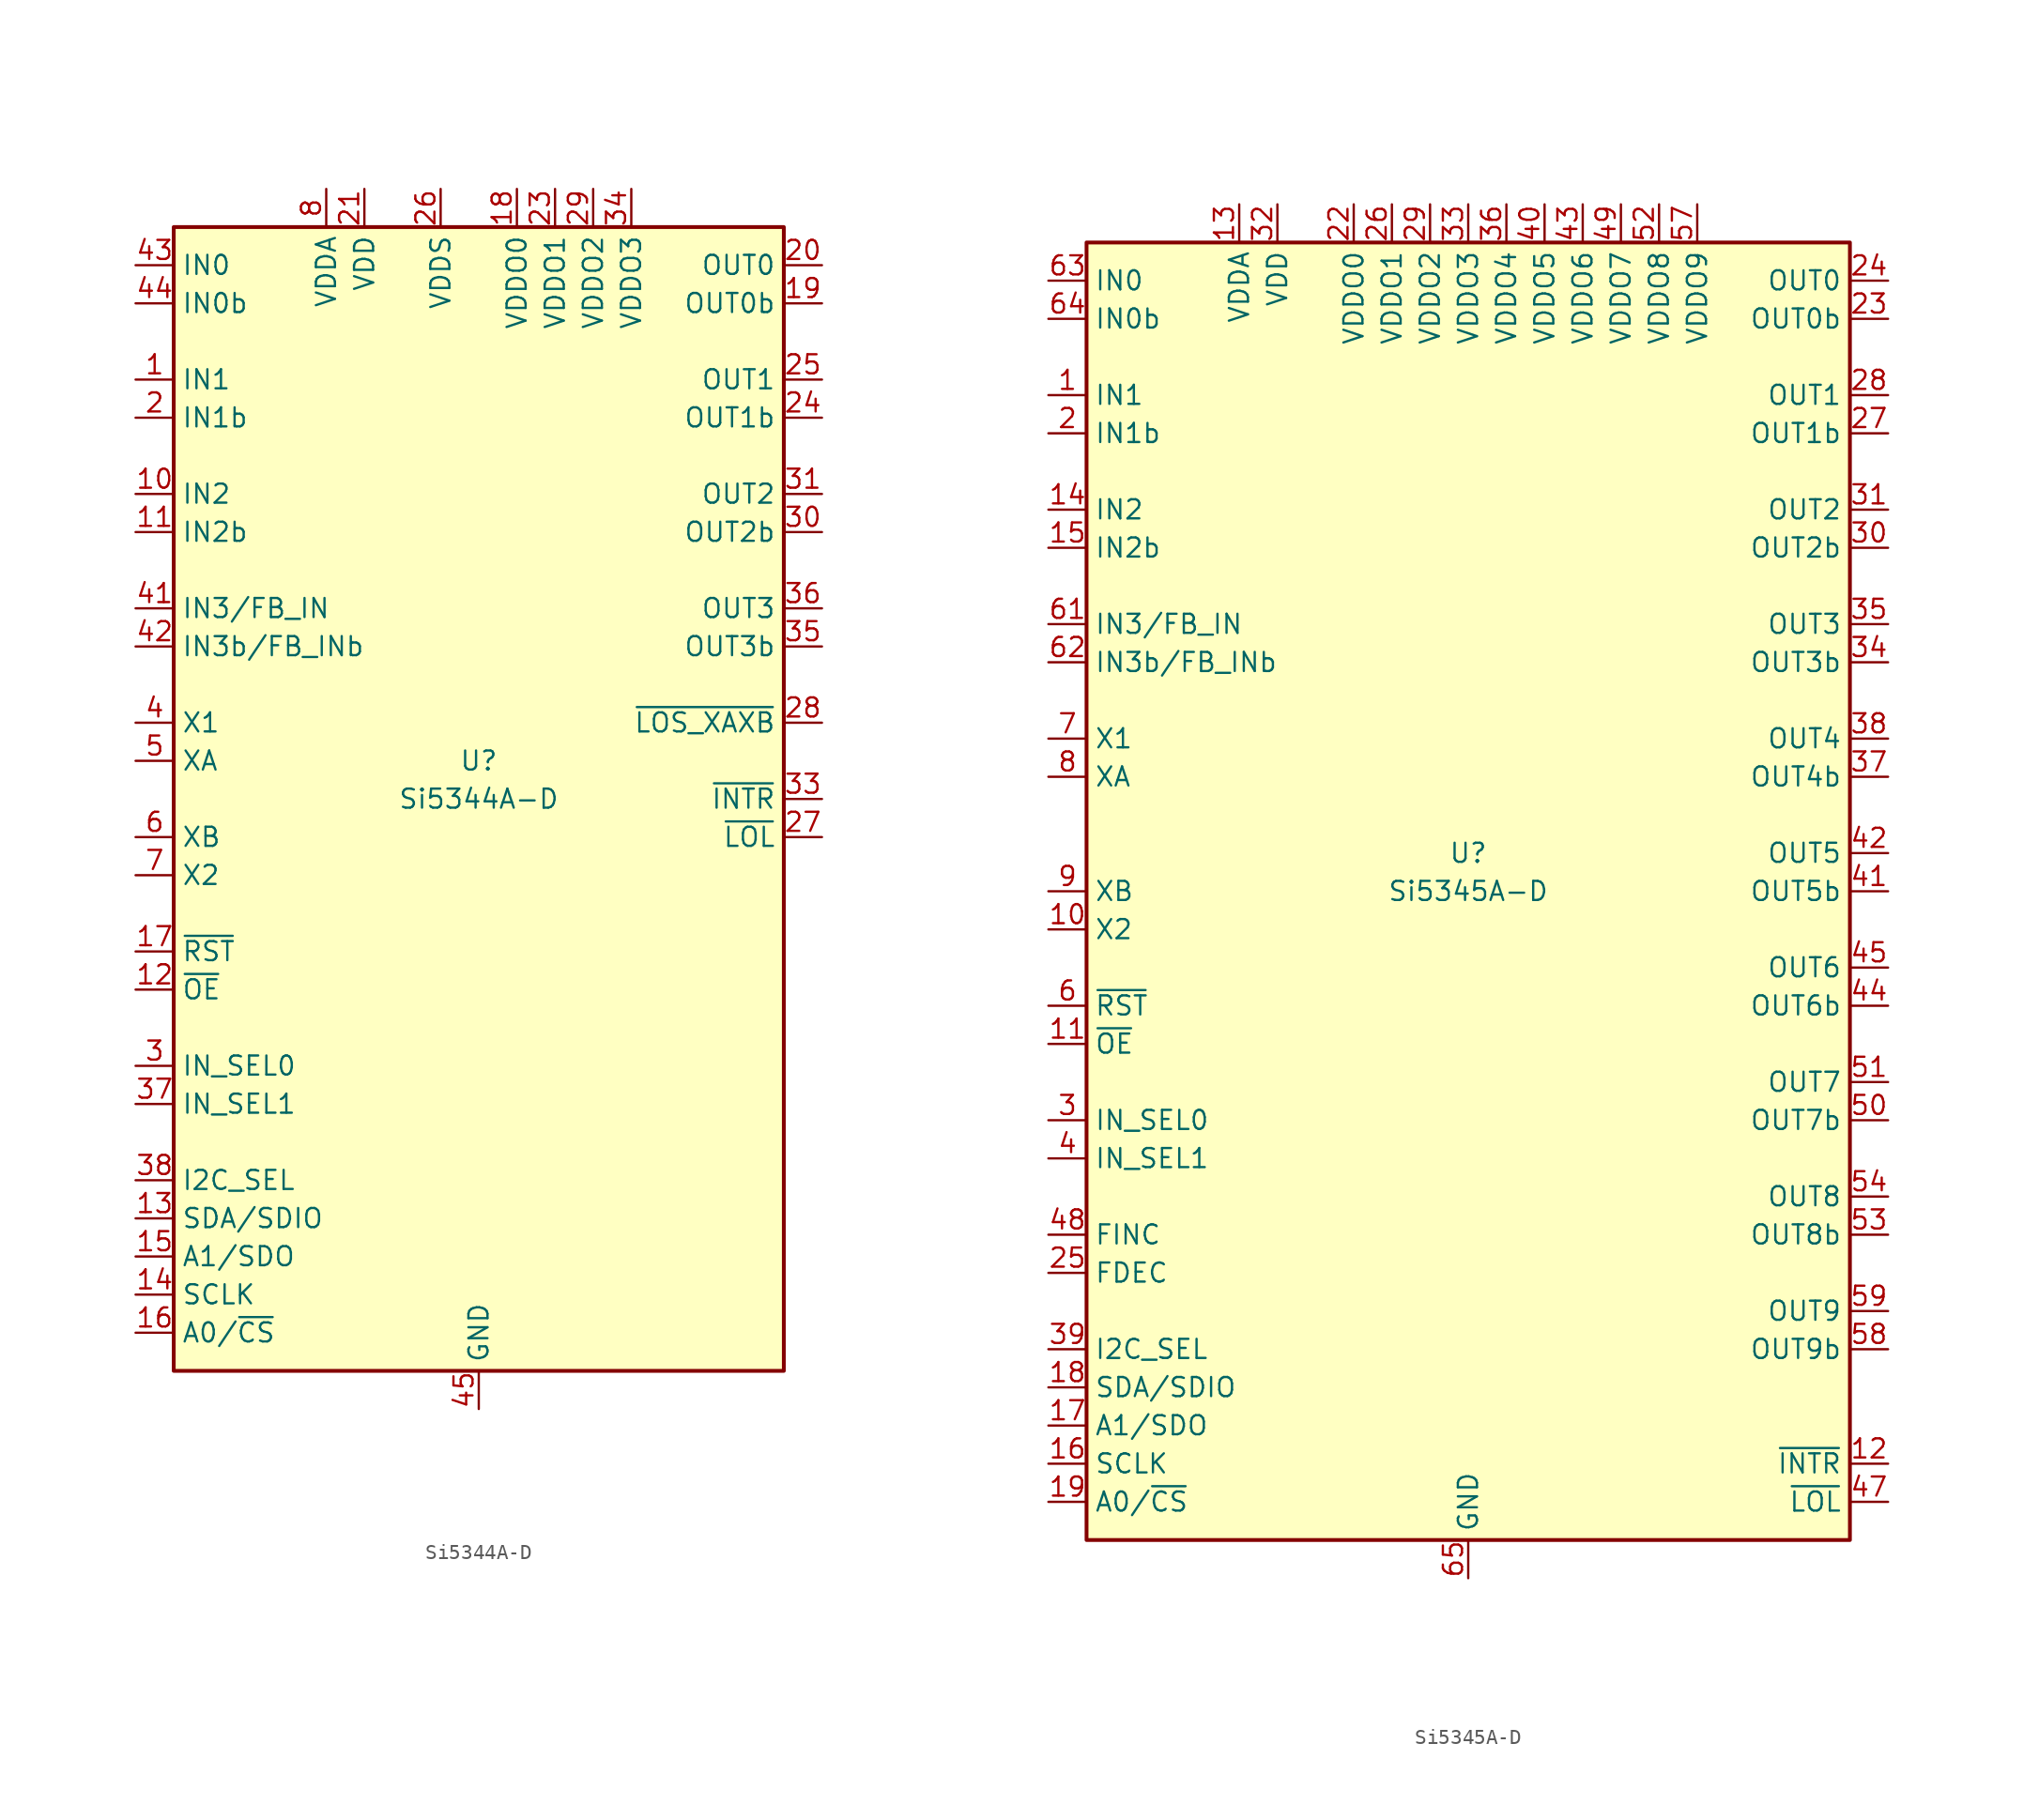
<source format=kicad_sym>
(kicad_symbol_lib
  (version 20231120)
  (generator "kicad_symbol_editor")
  (generator_version "8.0")
  (symbol "Si5344A-D"
    (property "Reference" "U"
      (at 0 2.54 0)
      (effects (font (size 1.27 1.27))))
    (property "Value" "Si5344A-D"
      (at 0 0 0)
      (effects (font (size 1.27 1.27))))
    (symbol "Si5344A-D_0_1"
      (rectangle (start -20.32 38.1) (end 20.32 -38.1) (stroke (width 0.254) (type default)) (fill (type background))))
    (symbol "Si5344A-D_1_1"
      (pin input line (at -22.86 27.94 0) (length 2.54) (name "IN1" (effects (font (size 1.27 1.27)))) (number "1" (effects (font (size 1.27 1.27)))))
      (pin input line (at -22.86 20.32 0) (length 2.54) (name "IN2" (effects (font (size 1.27 1.27)))) (number "10" (effects (font (size 1.27 1.27)))))
      (pin input line (at -22.86 17.78 0) (length 2.54) (name "IN2b" (effects (font (size 1.27 1.27)))) (number "11" (effects (font (size 1.27 1.27)))))
      (pin input line (at -22.86 -12.7 0) (length 2.54) (name "~{OE}" (effects (font (size 1.27 1.27)))) (number "12" (effects (font (size 1.27 1.27)))))
      (pin bidirectional line (at -22.86 -27.94 0) (length 2.54) (name "SDA/SDIO" (effects (font (size 1.27 1.27)))) (number "13" (effects (font (size 1.27 1.27)))))
      (pin input line (at -22.86 -33.02 0) (length 2.54) (name "SCLK" (effects (font (size 1.27 1.27)))) (number "14" (effects (font (size 1.27 1.27)))))
      (pin bidirectional line (at -22.86 -30.48 0) (length 2.54) (name "A1/SDO" (effects (font (size 1.27 1.27)))) (number "15" (effects (font (size 1.27 1.27)))))
      (pin input line (at -22.86 -35.56 0) (length 2.54) (name "A0/~{CS}" (effects (font (size 1.27 1.27)))) (number "16" (effects (font (size 1.27 1.27)))))
      (pin input line (at -22.86 -10.16 0) (length 2.54) (name "~{RST}" (effects (font (size 1.27 1.27)))) (number "17" (effects (font (size 1.27 1.27)))))
      (pin power_in line (at 2.54 40.64 270) (length 2.54) (name "VDDO0" (effects (font (size 1.27 1.27)))) (number "18" (effects (font (size 1.27 1.27)))))
      (pin output line (at 22.86 33.02 180) (length 2.54) (name "OUT0b" (effects (font (size 1.27 1.27)))) (number "19" (effects (font (size 1.27 1.27)))))
      (pin input line (at -22.86 25.4 0) (length 2.54) (name "IN1b" (effects (font (size 1.27 1.27)))) (number "2" (effects (font (size 1.27 1.27)))))
      (pin output line (at 22.86 35.56 180) (length 2.54) (name "OUT0" (effects (font (size 1.27 1.27)))) (number "20" (effects (font (size 1.27 1.27)))))
      (pin power_in line (at -7.62 40.64 270) (length 2.54) (name "VDD" (effects (font (size 1.27 1.27)))) (number "21" (effects (font (size 1.27 1.27)))))
      (pin no_connect line (at 20.32 -35.56 180) (length 2.54) hide (name "NC" (effects (font (size 1.27 1.27)))) (number "22" (effects (font (size 1.27 1.27)))))
      (pin power_in line (at 5.08 40.64 270) (length 2.54) (name "VDDO1" (effects (font (size 1.27 1.27)))) (number "23" (effects (font (size 1.27 1.27)))))
      (pin output line (at 22.86 25.4 180) (length 2.54) (name "OUT1b" (effects (font (size 1.27 1.27)))) (number "24" (effects (font (size 1.27 1.27)))))
      (pin output line (at 22.86 27.94 180) (length 2.54) (name "OUT1" (effects (font (size 1.27 1.27)))) (number "25" (effects (font (size 1.27 1.27)))))
      (pin power_in line (at -2.54 40.64 270) (length 2.54) (name "VDDS" (effects (font (size 1.27 1.27)))) (number "26" (effects (font (size 1.27 1.27)))))
      (pin output line (at 22.86 -2.54 180) (length 2.54) (name "~{LOL}" (effects (font (size 1.27 1.27)))) (number "27" (effects (font (size 1.27 1.27)))))
      (pin output line (at 22.86 5.08 180) (length 2.54) (name "~{LOS_XAXB}" (effects (font (size 1.27 1.27)))) (number "28" (effects (font (size 1.27 1.27)))))
      (pin power_in line (at 7.62 40.64 270) (length 2.54) (name "VDDO2" (effects (font (size 1.27 1.27)))) (number "29" (effects (font (size 1.27 1.27)))))
      (pin input line (at -22.86 -17.78 0) (length 2.54) (name "IN_SEL0" (effects (font (size 1.27 1.27)))) (number "3" (effects (font (size 1.27 1.27)))))
      (pin output line (at 22.86 17.78 180) (length 2.54) (name "OUT2b" (effects (font (size 1.27 1.27)))) (number "30" (effects (font (size 1.27 1.27)))))
      (pin output line (at 22.86 20.32 180) (length 2.54) (name "OUT2" (effects (font (size 1.27 1.27)))) (number "31" (effects (font (size 1.27 1.27)))))
      (pin passive line (at -7.62 40.64 270) (length 2.54) hide (name "VDD" (effects (font (size 1.27 1.27)))) (number "32" (effects (font (size 1.27 1.27)))))
      (pin output line (at 22.86 0 180) (length 2.54) (name "~{INTR}" (effects (font (size 1.27 1.27)))) (number "33" (effects (font (size 1.27 1.27)))))
      (pin power_in line (at 10.16 40.64 270) (length 2.54) (name "VDDO3" (effects (font (size 1.27 1.27)))) (number "34" (effects (font (size 1.27 1.27)))))
      (pin output line (at 22.86 10.16 180) (length 2.54) (name "OUT3b" (effects (font (size 1.27 1.27)))) (number "35" (effects (font (size 1.27 1.27)))))
      (pin output line (at 22.86 12.7 180) (length 2.54) (name "OUT3" (effects (font (size 1.27 1.27)))) (number "36" (effects (font (size 1.27 1.27)))))
      (pin input line (at -22.86 -20.32 0) (length 2.54) (name "IN_SEL1" (effects (font (size 1.27 1.27)))) (number "37" (effects (font (size 1.27 1.27)))))
      (pin input line (at -22.86 -25.4 0) (length 2.54) (name "I2C_SEL" (effects (font (size 1.27 1.27)))) (number "38" (effects (font (size 1.27 1.27)))))
      (pin passive line (at -7.62 40.64 270) (length 2.54) hide (name "VDD" (effects (font (size 1.27 1.27)))) (number "39" (effects (font (size 1.27 1.27)))))
      (pin input line (at -22.86 5.08 0) (length 2.54) (name "X1" (effects (font (size 1.27 1.27)))) (number "4" (effects (font (size 1.27 1.27)))))
      (pin passive line (at -7.62 40.64 270) (length 2.54) hide (name "VDD" (effects (font (size 1.27 1.27)))) (number "40" (effects (font (size 1.27 1.27)))))
      (pin input line (at -22.86 12.7 0) (length 2.54) (name "IN3/FB_IN" (effects (font (size 1.27 1.27)))) (number "41" (effects (font (size 1.27 1.27)))))
      (pin input line (at -22.86 10.16 0) (length 2.54) (name "IN3b/FB_INb" (effects (font (size 1.27 1.27)))) (number "42" (effects (font (size 1.27 1.27)))))
      (pin input line (at -22.86 35.56 0) (length 2.54) (name "IN0" (effects (font (size 1.27 1.27)))) (number "43" (effects (font (size 1.27 1.27)))))
      (pin input line (at -22.86 33.02 0) (length 2.54) (name "IN0b" (effects (font (size 1.27 1.27)))) (number "44" (effects (font (size 1.27 1.27)))))
      (pin power_in line (at 0 -40.64 90) (length 2.54) (name "GND" (effects (font (size 1.27 1.27)))) (number "45" (effects (font (size 1.27 1.27)))))
      (pin input line (at -22.86 2.54 0) (length 2.54) (name "XA" (effects (font (size 1.27 1.27)))) (number "5" (effects (font (size 1.27 1.27)))))
      (pin input line (at -22.86 -2.54 0) (length 2.54) (name "XB" (effects (font (size 1.27 1.27)))) (number "6" (effects (font (size 1.27 1.27)))))
      (pin input line (at -22.86 -5.08 0) (length 2.54) (name "X2" (effects (font (size 1.27 1.27)))) (number "7" (effects (font (size 1.27 1.27)))))
      (pin power_in line (at -10.16 40.64 270) (length 2.54) (name "VDDA" (effects (font (size 1.27 1.27)))) (number "8" (effects (font (size 1.27 1.27)))))
      (pin passive line (at -10.16 40.64 270) (length 2.54) hide (name "VDDA" (effects (font (size 1.27 1.27)))) (number "9" (effects (font (size 1.27 1.27)))))))
  (symbol "Si5345A-D"
    (property "Reference" "U"
      (at 0 2.54 0)
      (effects (font (size 1.27 1.27))))
    (property "Value" "Si5345A-D"
      (at 0 0 0)
      (effects (font (size 1.27 1.27))))
    (symbol "Si5345A-D_0_1"
      (rectangle (start -25.4 43.18) (end 25.4 -43.18) (stroke (width 0.254) (type default)) (fill (type background))))
    (symbol "Si5345A-D_1_1"
      (pin input line (at -27.94 33.02 0) (length 2.54) (name "IN1" (effects (font (size 1.27 1.27)))) (number "1" (effects (font (size 1.27 1.27)))))
      (pin input line (at -27.94 -2.54 0) (length 2.54) (name "X2" (effects (font (size 1.27 1.27)))) (number "10" (effects (font (size 1.27 1.27)))))
      (pin input line (at -27.94 -10.16 0) (length 2.54) (name "~{OE}" (effects (font (size 1.27 1.27)))) (number "11" (effects (font (size 1.27 1.27)))))
      (pin output line (at 27.94 -38.1 180) (length 2.54) (name "~{INTR}" (effects (font (size 1.27 1.27)))) (number "12" (effects (font (size 1.27 1.27)))))
      (pin power_in line (at -15.24 45.72 270) (length 2.54) (name "VDDA" (effects (font (size 1.27 1.27)))) (number "13" (effects (font (size 1.27 1.27)))))
      (pin input line (at -27.94 25.4 0) (length 2.54) (name "IN2" (effects (font (size 1.27 1.27)))) (number "14" (effects (font (size 1.27 1.27)))))
      (pin input line (at -27.94 22.86 0) (length 2.54) (name "IN2b" (effects (font (size 1.27 1.27)))) (number "15" (effects (font (size 1.27 1.27)))))
      (pin input line (at -27.94 -38.1 0) (length 2.54) (name "SCLK" (effects (font (size 1.27 1.27)))) (number "16" (effects (font (size 1.27 1.27)))))
      (pin bidirectional line (at -27.94 -35.56 0) (length 2.54) (name "A1/SDO" (effects (font (size 1.27 1.27)))) (number "17" (effects (font (size 1.27 1.27)))))
      (pin bidirectional line (at -27.94 -33.02 0) (length 2.54) (name "SDA/SDIO" (effects (font (size 1.27 1.27)))) (number "18" (effects (font (size 1.27 1.27)))))
      (pin input line (at -27.94 -40.64 0) (length 2.54) (name "A0/~{CS}" (effects (font (size 1.27 1.27)))) (number "19" (effects (font (size 1.27 1.27)))))
      (pin input line (at -27.94 30.48 0) (length 2.54) (name "IN1b" (effects (font (size 1.27 1.27)))) (number "2" (effects (font (size 1.27 1.27)))))
      (pin no_connect line (at 25.4 27.94 180) (length 2.54) hide (name "NC" (effects (font (size 1.27 1.27)))) (number "20" (effects (font (size 1.27 1.27)))))
      (pin no_connect line (at 25.4 20.32 180) (length 2.54) hide (name "NC" (effects (font (size 1.27 1.27)))) (number "21" (effects (font (size 1.27 1.27)))))
      (pin power_in line (at -7.62 45.72 270) (length 2.54) (name "VDDO0" (effects (font (size 1.27 1.27)))) (number "22" (effects (font (size 1.27 1.27)))))
      (pin output line (at 27.94 38.1 180) (length 2.54) (name "OUT0b" (effects (font (size 1.27 1.27)))) (number "23" (effects (font (size 1.27 1.27)))))
      (pin output line (at 27.94 40.64 180) (length 2.54) (name "OUT0" (effects (font (size 1.27 1.27)))) (number "24" (effects (font (size 1.27 1.27)))))
      (pin input line (at -27.94 -25.4 0) (length 2.54) (name "FDEC" (effects (font (size 1.27 1.27)))) (number "25" (effects (font (size 1.27 1.27)))))
      (pin power_in line (at -5.08 45.72 270) (length 2.54) (name "VDDO1" (effects (font (size 1.27 1.27)))) (number "26" (effects (font (size 1.27 1.27)))))
      (pin output line (at 27.94 30.48 180) (length 2.54) (name "OUT1b" (effects (font (size 1.27 1.27)))) (number "27" (effects (font (size 1.27 1.27)))))
      (pin output line (at 27.94 33.02 180) (length 2.54) (name "OUT1" (effects (font (size 1.27 1.27)))) (number "28" (effects (font (size 1.27 1.27)))))
      (pin power_in line (at -2.54 45.72 270) (length 2.54) (name "VDDO2" (effects (font (size 1.27 1.27)))) (number "29" (effects (font (size 1.27 1.27)))))
      (pin input line (at -27.94 -15.24 0) (length 2.54) (name "IN_SEL0" (effects (font (size 1.27 1.27)))) (number "3" (effects (font (size 1.27 1.27)))))
      (pin output line (at 27.94 22.86 180) (length 2.54) (name "OUT2b" (effects (font (size 1.27 1.27)))) (number "30" (effects (font (size 1.27 1.27)))))
      (pin output line (at 27.94 25.4 180) (length 2.54) (name "OUT2" (effects (font (size 1.27 1.27)))) (number "31" (effects (font (size 1.27 1.27)))))
      (pin power_in line (at -12.7 45.72 270) (length 2.54) (name "VDD" (effects (font (size 1.27 1.27)))) (number "32" (effects (font (size 1.27 1.27)))))
      (pin power_in line (at 0 45.72 270) (length 2.54) (name "VDDO3" (effects (font (size 1.27 1.27)))) (number "33" (effects (font (size 1.27 1.27)))))
      (pin output line (at 27.94 15.24 180) (length 2.54) (name "OUT3b" (effects (font (size 1.27 1.27)))) (number "34" (effects (font (size 1.27 1.27)))))
      (pin output line (at 27.94 17.78 180) (length 2.54) (name "OUT3" (effects (font (size 1.27 1.27)))) (number "35" (effects (font (size 1.27 1.27)))))
      (pin power_in line (at 2.54 45.72 270) (length 2.54) (name "VDDO4" (effects (font (size 1.27 1.27)))) (number "36" (effects (font (size 1.27 1.27)))))
      (pin output line (at 27.94 7.62 180) (length 2.54) (name "OUT4b" (effects (font (size 1.27 1.27)))) (number "37" (effects (font (size 1.27 1.27)))))
      (pin output line (at 27.94 10.16 180) (length 2.54) (name "OUT4" (effects (font (size 1.27 1.27)))) (number "38" (effects (font (size 1.27 1.27)))))
      (pin input line (at -27.94 -30.48 0) (length 2.54) (name "I2C_SEL" (effects (font (size 1.27 1.27)))) (number "39" (effects (font (size 1.27 1.27)))))
      (pin input line (at -27.94 -17.78 0) (length 2.54) (name "IN_SEL1" (effects (font (size 1.27 1.27)))) (number "4" (effects (font (size 1.27 1.27)))))
      (pin power_in line (at 5.08 45.72 270) (length 2.54) (name "VDDO5" (effects (font (size 1.27 1.27)))) (number "40" (effects (font (size 1.27 1.27)))))
      (pin output line (at 27.94 0 180) (length 2.54) (name "OUT5b" (effects (font (size 1.27 1.27)))) (number "41" (effects (font (size 1.27 1.27)))))
      (pin output line (at 27.94 2.54 180) (length 2.54) (name "OUT5" (effects (font (size 1.27 1.27)))) (number "42" (effects (font (size 1.27 1.27)))))
      (pin power_in line (at 7.62 45.72 270) (length 2.54) (name "VDDO6" (effects (font (size 1.27 1.27)))) (number "43" (effects (font (size 1.27 1.27)))))
      (pin output line (at 27.94 -7.62 180) (length 2.54) (name "OUT6b" (effects (font (size 1.27 1.27)))) (number "44" (effects (font (size 1.27 1.27)))))
      (pin output line (at 27.94 -5.08 180) (length 2.54) (name "OUT6" (effects (font (size 1.27 1.27)))) (number "45" (effects (font (size 1.27 1.27)))))
      (pin passive line (at -12.7 45.72 270) (length 2.54) hide (name "VDD" (effects (font (size 1.27 1.27)))) (number "46" (effects (font (size 1.27 1.27)))))
      (pin output line (at 27.94 -40.64 180) (length 2.54) (name "~{LOL}" (effects (font (size 1.27 1.27)))) (number "47" (effects (font (size 1.27 1.27)))))
      (pin input line (at -27.94 -22.86 0) (length 2.54) (name "FINC" (effects (font (size 1.27 1.27)))) (number "48" (effects (font (size 1.27 1.27)))))
      (pin power_in line (at 10.16 45.72 270) (length 2.54) (name "VDDO7" (effects (font (size 1.27 1.27)))) (number "49" (effects (font (size 1.27 1.27)))))
      (pin no_connect line (at 25.4 35.56 180) (length 2.54) hide (name "NC" (effects (font (size 1.27 1.27)))) (number "5" (effects (font (size 1.27 1.27)))))
      (pin output line (at 27.94 -15.24 180) (length 2.54) (name "OUT7b" (effects (font (size 1.27 1.27)))) (number "50" (effects (font (size 1.27 1.27)))))
      (pin output line (at 27.94 -12.7 180) (length 2.54) (name "OUT7" (effects (font (size 1.27 1.27)))) (number "51" (effects (font (size 1.27 1.27)))))
      (pin power_in line (at 12.7 45.72 270) (length 2.54) (name "VDDO8" (effects (font (size 1.27 1.27)))) (number "52" (effects (font (size 1.27 1.27)))))
      (pin output line (at 27.94 -22.86 180) (length 2.54) (name "OUT8b" (effects (font (size 1.27 1.27)))) (number "53" (effects (font (size 1.27 1.27)))))
      (pin output line (at 27.94 -20.32 180) (length 2.54) (name "OUT8" (effects (font (size 1.27 1.27)))) (number "54" (effects (font (size 1.27 1.27)))))
      (pin no_connect line (at 25.4 12.7 180) (length 2.54) hide (name "NC" (effects (font (size 1.27 1.27)))) (number "55" (effects (font (size 1.27 1.27)))))
      (pin no_connect line (at 25.4 5.08 180) (length 2.54) hide (name "NC" (effects (font (size 1.27 1.27)))) (number "56" (effects (font (size 1.27 1.27)))))
      (pin power_in line (at 15.24 45.72 270) (length 2.54) (name "VDDO9" (effects (font (size 1.27 1.27)))) (number "57" (effects (font (size 1.27 1.27)))))
      (pin output line (at 27.94 -30.48 180) (length 2.54) (name "OUT9b" (effects (font (size 1.27 1.27)))) (number "58" (effects (font (size 1.27 1.27)))))
      (pin output line (at 27.94 -27.94 180) (length 2.54) (name "OUT9" (effects (font (size 1.27 1.27)))) (number "59" (effects (font (size 1.27 1.27)))))
      (pin input line (at -27.94 -7.62 0) (length 2.54) (name "~{RST}" (effects (font (size 1.27 1.27)))) (number "6" (effects (font (size 1.27 1.27)))))
      (pin passive line (at -12.7 45.72 270) (length 2.54) hide (name "VDD" (effects (font (size 1.27 1.27)))) (number "60" (effects (font (size 1.27 1.27)))))
      (pin input line (at -27.94 17.78 0) (length 2.54) (name "IN3/FB_IN" (effects (font (size 1.27 1.27)))) (number "61" (effects (font (size 1.27 1.27)))))
      (pin input line (at -27.94 15.24 0) (length 2.54) (name "IN3b/FB_INb" (effects (font (size 1.27 1.27)))) (number "62" (effects (font (size 1.27 1.27)))))
      (pin input line (at -27.94 40.64 0) (length 2.54) (name "IN0" (effects (font (size 1.27 1.27)))) (number "63" (effects (font (size 1.27 1.27)))))
      (pin input line (at -27.94 38.1 0) (length 2.54) (name "IN0b" (effects (font (size 1.27 1.27)))) (number "64" (effects (font (size 1.27 1.27)))))
      (pin power_in line (at 0 -45.72 90) (length 2.54) (name "GND" (effects (font (size 1.27 1.27)))) (number "65" (effects (font (size 1.27 1.27)))))
      (pin input line (at -27.94 10.16 0) (length 2.54) (name "X1" (effects (font (size 1.27 1.27)))) (number "7" (effects (font (size 1.27 1.27)))))
      (pin input line (at -27.94 7.62 0) (length 2.54) (name "XA" (effects (font (size 1.27 1.27)))) (number "8" (effects (font (size 1.27 1.27)))))
      (pin input line (at -27.94 0 0) (length 2.54) (name "XB" (effects (font (size 1.27 1.27)))) (number "9" (effects (font (size 1.27 1.27))))))))
</source>
